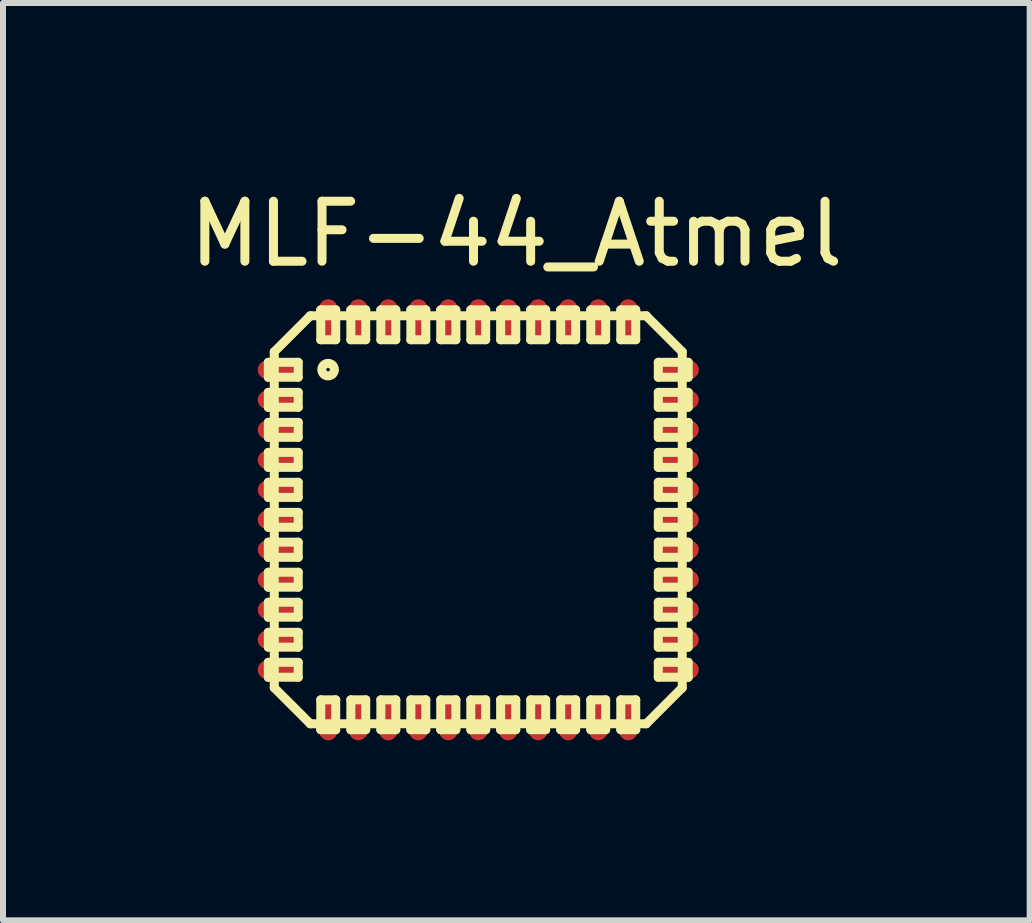
<source format=kicad_pcb>
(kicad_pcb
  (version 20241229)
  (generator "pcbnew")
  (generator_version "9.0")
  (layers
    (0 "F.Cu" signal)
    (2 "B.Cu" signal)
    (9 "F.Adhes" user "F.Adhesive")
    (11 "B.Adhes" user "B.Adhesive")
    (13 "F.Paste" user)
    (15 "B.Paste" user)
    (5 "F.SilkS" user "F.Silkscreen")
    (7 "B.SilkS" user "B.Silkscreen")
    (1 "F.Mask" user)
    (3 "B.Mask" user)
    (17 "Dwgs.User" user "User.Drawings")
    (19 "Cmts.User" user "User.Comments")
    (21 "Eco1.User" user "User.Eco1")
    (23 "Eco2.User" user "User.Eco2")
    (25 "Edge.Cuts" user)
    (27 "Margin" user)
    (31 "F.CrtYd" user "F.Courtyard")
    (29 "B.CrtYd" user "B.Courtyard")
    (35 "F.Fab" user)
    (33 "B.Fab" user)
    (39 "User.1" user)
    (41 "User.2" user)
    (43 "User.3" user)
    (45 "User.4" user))
  (footprint "MLF-44_Atmel"
    (layer "F.Cu")
    (at 4.919 5.611)
    (property "Reference" "MLF-44_Atmel" (at 0.635 -4.763 0) (layer "F.SilkS") (effects (font (size 1 1) (thickness 0.15))))
    (attr smd)
    (fp_line (start -3.498 -2.624) (end -3 -2.624) (stroke (width 0.15) (type solid)) (layer "F.SilkS"))
    (fp_line (start -3.498 -2.375) (end -3.498 -2.624) (stroke (width 0.15) (type solid)) (layer "F.SilkS"))
    (fp_line (start -3.498 -2.375) (end -3 -2.375) (stroke (width 0.15) (type solid)) (layer "F.SilkS"))
    (fp_line (start -3.498 -2.123) (end -3 -2.123) (stroke (width 0.15) (type solid)) (layer "F.SilkS"))
    (fp_line (start -3.498 -1.875) (end -3.498 -2.123) (stroke (width 0.15) (type solid)) (layer "F.SilkS"))
    (fp_line (start -3.498 -1.875) (end -3 -1.875) (stroke (width 0.15) (type solid)) (layer "F.SilkS"))
    (fp_line (start -3.498 -1.623) (end -3 -1.623) (stroke (width 0.15) (type solid)) (layer "F.SilkS"))
    (fp_line (start -3.498 -1.374) (end -3.498 -1.623) (stroke (width 0.15) (type solid)) (layer "F.SilkS"))
    (fp_line (start -3.498 -1.374) (end -3 -1.374) (stroke (width 0.15) (type solid)) (layer "F.SilkS"))
    (fp_line (start -3.498 -1.123) (end -3 -1.123) (stroke (width 0.15) (type solid)) (layer "F.SilkS"))
    (fp_line (start -3.498 -0.874) (end -3.498 -1.123) (stroke (width 0.15) (type solid)) (layer "F.SilkS"))
    (fp_line (start -3.498 -0.874) (end -3 -0.874) (stroke (width 0.15) (type solid)) (layer "F.SilkS"))
    (fp_line (start -3.498 -0.625) (end -3 -0.625) (stroke (width 0.15) (type solid)) (layer "F.SilkS"))
    (fp_line (start -3.498 -0.373) (end -3.498 -0.625) (stroke (width 0.15) (type solid)) (layer "F.SilkS"))
    (fp_line (start -3.498 -0.373) (end -3 -0.373) (stroke (width 0.15) (type solid)) (layer "F.SilkS"))
    (fp_line (start -3.498 -0.124) (end -3 -0.124) (stroke (width 0.15) (type solid)) (layer "F.SilkS"))
    (fp_line (start -3.498 0.124) (end -3.498 -0.124) (stroke (width 0.15) (type solid)) (layer "F.SilkS"))
    (fp_line (start -3.498 0.124) (end -3 0.124) (stroke (width 0.15) (type solid)) (layer "F.SilkS"))
    (fp_line (start -3.498 0.373) (end -3 0.373) (stroke (width 0.15) (type solid)) (layer "F.SilkS"))
    (fp_line (start -3.498 0.625) (end -3.498 0.373) (stroke (width 0.15) (type solid)) (layer "F.SilkS"))
    (fp_line (start -3.498 0.625) (end -3 0.625) (stroke (width 0.15) (type solid)) (layer "F.SilkS"))
    (fp_line (start -3.498 0.874) (end -3 0.874) (stroke (width 0.15) (type solid)) (layer "F.SilkS"))
    (fp_line (start -3.498 1.123) (end -3.498 0.874) (stroke (width 0.15) (type solid)) (layer "F.SilkS"))
    (fp_line (start -3.498 1.123) (end -3 1.123) (stroke (width 0.15) (type solid)) (layer "F.SilkS"))
    (fp_line (start -3.498 1.374) (end -3 1.374) (stroke (width 0.15) (type solid)) (layer "F.SilkS"))
    (fp_line (start -3.498 1.623) (end -3.498 1.374) (stroke (width 0.15) (type solid)) (layer "F.SilkS"))
    (fp_line (start -3.498 1.623) (end -3 1.623) (stroke (width 0.15) (type solid)) (layer "F.SilkS"))
    (fp_line (start -3.498 1.875) (end -3 1.875) (stroke (width 0.15) (type solid)) (layer "F.SilkS"))
    (fp_line (start -3.498 2.123) (end -3.498 1.875) (stroke (width 0.15) (type solid)) (layer "F.SilkS"))
    (fp_line (start -3.498 2.123) (end -3 2.123) (stroke (width 0.15) (type solid)) (layer "F.SilkS"))
    (fp_line (start -3.498 2.375) (end -3 2.375) (stroke (width 0.15) (type solid)) (layer "F.SilkS"))
    (fp_line (start -3.498 2.624) (end -3.498 2.375) (stroke (width 0.15) (type solid)) (layer "F.SilkS"))
    (fp_line (start -3.498 2.624) (end -3 2.624) (stroke (width 0.15) (type solid)) (layer "F.SilkS"))
    (fp_line (start -3.399 -2.799) (end -2.799 -3.399) (stroke (width 0.15) (type solid)) (layer "F.SilkS"))
    (fp_line (start -3.399 2.799) (end -3.399 -2.799) (stroke (width 0.15) (type solid)) (layer "F.SilkS"))
    (fp_line (start -3 -2.375) (end -3 -2.624) (stroke (width 0.15) (type solid)) (layer "F.SilkS"))
    (fp_line (start -3 -1.875) (end -3 -2.123) (stroke (width 0.15) (type solid)) (layer "F.SilkS"))
    (fp_line (start -3 -1.374) (end -3 -1.623) (stroke (width 0.15) (type solid)) (layer "F.SilkS"))
    (fp_line (start -3 -0.874) (end -3 -1.123) (stroke (width 0.15) (type solid)) (layer "F.SilkS"))
    (fp_line (start -3 -0.373) (end -3 -0.625) (stroke (width 0.15) (type solid)) (layer "F.SilkS"))
    (fp_line (start -3 0.124) (end -3 -0.124) (stroke (width 0.15) (type solid)) (layer "F.SilkS"))
    (fp_line (start -3 0.625) (end -3 0.373) (stroke (width 0.15) (type solid)) (layer "F.SilkS"))
    (fp_line (start -3 1.123) (end -3 0.874) (stroke (width 0.15) (type solid)) (layer "F.SilkS"))
    (fp_line (start -3 1.623) (end -3 1.374) (stroke (width 0.15) (type solid)) (layer "F.SilkS"))
    (fp_line (start -3 2.123) (end -3 1.875) (stroke (width 0.15) (type solid)) (layer "F.SilkS"))
    (fp_line (start -3 2.624) (end -3 2.375) (stroke (width 0.15) (type solid)) (layer "F.SilkS"))
    (fp_line (start -2.799 -3.399) (end 2.799 -3.399) (stroke (width 0.15) (type solid)) (layer "F.SilkS"))
    (fp_line (start -2.799 3.399) (end -3.399 2.799) (stroke (width 0.15) (type solid)) (layer "F.SilkS"))
    (fp_line (start -2.624 -3.498) (end -2.375 -3.498) (stroke (width 0.15) (type solid)) (layer "F.SilkS"))
    (fp_line (start -2.624 -3) (end -2.624 -3.498) (stroke (width 0.15) (type solid)) (layer "F.SilkS"))
    (fp_line (start -2.624 -3) (end -2.375 -3) (stroke (width 0.15) (type solid)) (layer "F.SilkS"))
    (fp_line (start -2.624 3) (end -2.375 3) (stroke (width 0.15) (type solid)) (layer "F.SilkS"))
    (fp_line (start -2.624 3.498) (end -2.624 3) (stroke (width 0.15) (type solid)) (layer "F.SilkS"))
    (fp_line (start -2.624 3.498) (end -2.375 3.498) (stroke (width 0.15) (type solid)) (layer "F.SilkS"))
    (fp_line (start -2.375 -3) (end -2.375 -3.498) (stroke (width 0.15) (type solid)) (layer "F.SilkS"))
    (fp_line (start -2.375 3.498) (end -2.375 3) (stroke (width 0.15) (type solid)) (layer "F.SilkS"))
    (fp_line (start -2.123 -3.498) (end -1.875 -3.498) (stroke (width 0.15) (type solid)) (layer "F.SilkS"))
    (fp_line (start -2.123 -3) (end -2.123 -3.498) (stroke (width 0.15) (type solid)) (layer "F.SilkS"))
    (fp_line (start -2.123 -3) (end -1.875 -3) (stroke (width 0.15) (type solid)) (layer "F.SilkS"))
    (fp_line (start -2.123 3) (end -1.875 3) (stroke (width 0.15) (type solid)) (layer "F.SilkS"))
    (fp_line (start -2.123 3.498) (end -2.123 3) (stroke (width 0.15) (type solid)) (layer "F.SilkS"))
    (fp_line (start -2.123 3.498) (end -1.875 3.498) (stroke (width 0.15) (type solid)) (layer "F.SilkS"))
    (fp_line (start -1.875 -3) (end -1.875 -3.498) (stroke (width 0.15) (type solid)) (layer "F.SilkS"))
    (fp_line (start -1.875 3.498) (end -1.875 3) (stroke (width 0.15) (type solid)) (layer "F.SilkS"))
    (fp_line (start -1.623 -3.498) (end -1.374 -3.498) (stroke (width 0.15) (type solid)) (layer "F.SilkS"))
    (fp_line (start -1.623 -3) (end -1.623 -3.498) (stroke (width 0.15) (type solid)) (layer "F.SilkS"))
    (fp_line (start -1.623 -3) (end -1.374 -3) (stroke (width 0.15) (type solid)) (layer "F.SilkS"))
    (fp_line (start -1.623 3) (end -1.374 3) (stroke (width 0.15) (type solid)) (layer "F.SilkS"))
    (fp_line (start -1.623 3.498) (end -1.623 3) (stroke (width 0.15) (type solid)) (layer "F.SilkS"))
    (fp_line (start -1.623 3.498) (end -1.374 3.498) (stroke (width 0.15) (type solid)) (layer "F.SilkS"))
    (fp_line (start -1.374 -3) (end -1.374 -3.498) (stroke (width 0.15) (type solid)) (layer "F.SilkS"))
    (fp_line (start -1.374 3.498) (end -1.374 3) (stroke (width 0.15) (type solid)) (layer "F.SilkS"))
    (fp_line (start -1.123 -3.498) (end -0.874 -3.498) (stroke (width 0.15) (type solid)) (layer "F.SilkS"))
    (fp_line (start -1.123 -3) (end -1.123 -3.498) (stroke (width 0.15) (type solid)) (layer "F.SilkS"))
    (fp_line (start -1.123 -3) (end -0.874 -3) (stroke (width 0.15) (type solid)) (layer "F.SilkS"))
    (fp_line (start -1.123 3) (end -0.874 3) (stroke (width 0.15) (type solid)) (layer "F.SilkS"))
    (fp_line (start -1.123 3.498) (end -1.123 3) (stroke (width 0.15) (type solid)) (layer "F.SilkS"))
    (fp_line (start -1.123 3.498) (end -0.874 3.498) (stroke (width 0.15) (type solid)) (layer "F.SilkS"))
    (fp_line (start -0.874 -3) (end -0.874 -3.498) (stroke (width 0.15) (type solid)) (layer "F.SilkS"))
    (fp_line (start -0.874 3.498) (end -0.874 3) (stroke (width 0.15) (type solid)) (layer "F.SilkS"))
    (fp_line (start -0.625 -3.498) (end -0.373 -3.498) (stroke (width 0.15) (type solid)) (layer "F.SilkS"))
    (fp_line (start -0.625 -3) (end -0.625 -3.498) (stroke (width 0.15) (type solid)) (layer "F.SilkS"))
    (fp_line (start -0.625 -3) (end -0.373 -3) (stroke (width 0.15) (type solid)) (layer "F.SilkS"))
    (fp_line (start -0.625 3) (end -0.373 3) (stroke (width 0.15) (type solid)) (layer "F.SilkS"))
    (fp_line (start -0.625 3.498) (end -0.625 3) (stroke (width 0.15) (type solid)) (layer "F.SilkS"))
    (fp_line (start -0.625 3.498) (end -0.373 3.498) (stroke (width 0.15) (type solid)) (layer "F.SilkS"))
    (fp_line (start -0.373 -3) (end -0.373 -3.498) (stroke (width 0.15) (type solid)) (layer "F.SilkS"))
    (fp_line (start -0.373 3.498) (end -0.373 3) (stroke (width 0.15) (type solid)) (layer "F.SilkS"))
    (fp_line (start -0.124 -3.498) (end 0.124 -3.498) (stroke (width 0.15) (type solid)) (layer "F.SilkS"))
    (fp_line (start -0.124 -3) (end -0.124 -3.498) (stroke (width 0.15) (type solid)) (layer "F.SilkS"))
    (fp_line (start -0.124 -3) (end 0.124 -3) (stroke (width 0.15) (type solid)) (layer "F.SilkS"))
    (fp_line (start -0.124 3) (end 0.124 3) (stroke (width 0.15) (type solid)) (layer "F.SilkS"))
    (fp_line (start -0.124 3.498) (end -0.124 3) (stroke (width 0.15) (type solid)) (layer "F.SilkS"))
    (fp_line (start -0.124 3.498) (end 0.124 3.498) (stroke (width 0.15) (type solid)) (layer "F.SilkS"))
    (fp_line (start 0.124 -3) (end 0.124 -3.498) (stroke (width 0.15) (type solid)) (layer "F.SilkS"))
    (fp_line (start 0.124 3.498) (end 0.124 3) (stroke (width 0.15) (type solid)) (layer "F.SilkS"))
    (fp_line (start 0.373 -3.498) (end 0.625 -3.498) (stroke (width 0.15) (type solid)) (layer "F.SilkS"))
    (fp_line (start 0.373 -3) (end 0.373 -3.498) (stroke (width 0.15) (type solid)) (layer "F.SilkS"))
    (fp_line (start 0.373 -3) (end 0.625 -3) (stroke (width 0.15) (type solid)) (layer "F.SilkS"))
    (fp_line (start 0.373 3) (end 0.625 3) (stroke (width 0.15) (type solid)) (layer "F.SilkS"))
    (fp_line (start 0.373 3.498) (end 0.373 3) (stroke (width 0.15) (type solid)) (layer "F.SilkS"))
    (fp_line (start 0.373 3.498) (end 0.625 3.498) (stroke (width 0.15) (type solid)) (layer "F.SilkS"))
    (fp_line (start 0.625 -3) (end 0.625 -3.498) (stroke (width 0.15) (type solid)) (layer "F.SilkS"))
    (fp_line (start 0.625 3.498) (end 0.625 3) (stroke (width 0.15) (type solid)) (layer "F.SilkS"))
    (fp_line (start 0.874 -3.498) (end 1.123 -3.498) (stroke (width 0.15) (type solid)) (layer "F.SilkS"))
    (fp_line (start 0.874 -3) (end 0.874 -3.498) (stroke (width 0.15) (type solid)) (layer "F.SilkS"))
    (fp_line (start 0.874 -3) (end 1.123 -3) (stroke (width 0.15) (type solid)) (layer "F.SilkS"))
    (fp_line (start 0.874 3) (end 1.123 3) (stroke (width 0.15) (type solid)) (layer "F.SilkS"))
    (fp_line (start 0.874 3.498) (end 0.874 3) (stroke (width 0.15) (type solid)) (layer "F.SilkS"))
    (fp_line (start 0.874 3.498) (end 1.123 3.498) (stroke (width 0.15) (type solid)) (layer "F.SilkS"))
    (fp_line (start 1.123 -3) (end 1.123 -3.498) (stroke (width 0.15) (type solid)) (layer "F.SilkS"))
    (fp_line (start 1.123 3.498) (end 1.123 3) (stroke (width 0.15) (type solid)) (layer "F.SilkS"))
    (fp_line (start 1.374 -3.498) (end 1.623 -3.498) (stroke (width 0.15) (type solid)) (layer "F.SilkS"))
    (fp_line (start 1.374 -3) (end 1.374 -3.498) (stroke (width 0.15) (type solid)) (layer "F.SilkS"))
    (fp_line (start 1.374 -3) (end 1.623 -3) (stroke (width 0.15) (type solid)) (layer "F.SilkS"))
    (fp_line (start 1.374 3) (end 1.623 3) (stroke (width 0.15) (type solid)) (layer "F.SilkS"))
    (fp_line (start 1.374 3.498) (end 1.374 3) (stroke (width 0.15) (type solid)) (layer "F.SilkS"))
    (fp_line (start 1.374 3.498) (end 1.623 3.498) (stroke (width 0.15) (type solid)) (layer "F.SilkS"))
    (fp_line (start 1.623 -3) (end 1.623 -3.498) (stroke (width 0.15) (type solid)) (layer "F.SilkS"))
    (fp_line (start 1.623 3.498) (end 1.623 3) (stroke (width 0.15) (type solid)) (layer "F.SilkS"))
    (fp_line (start 1.875 -3.498) (end 2.123 -3.498) (stroke (width 0.15) (type solid)) (layer "F.SilkS"))
    (fp_line (start 1.875 -3) (end 1.875 -3.498) (stroke (width 0.15) (type solid)) (layer "F.SilkS"))
    (fp_line (start 1.875 -3) (end 2.123 -3) (stroke (width 0.15) (type solid)) (layer "F.SilkS"))
    (fp_line (start 1.875 3) (end 2.123 3) (stroke (width 0.15) (type solid)) (layer "F.SilkS"))
    (fp_line (start 1.875 3.498) (end 1.875 3) (stroke (width 0.15) (type solid)) (layer "F.SilkS"))
    (fp_line (start 1.875 3.498) (end 2.123 3.498) (stroke (width 0.15) (type solid)) (layer "F.SilkS"))
    (fp_line (start 2.123 -3) (end 2.123 -3.498) (stroke (width 0.15) (type solid)) (layer "F.SilkS"))
    (fp_line (start 2.123 3.498) (end 2.123 3) (stroke (width 0.15) (type solid)) (layer "F.SilkS"))
    (fp_line (start 2.375 -3.498) (end 2.624 -3.498) (stroke (width 0.15) (type solid)) (layer "F.SilkS"))
    (fp_line (start 2.375 -3) (end 2.375 -3.498) (stroke (width 0.15) (type solid)) (layer "F.SilkS"))
    (fp_line (start 2.375 -3) (end 2.624 -3) (stroke (width 0.15) (type solid)) (layer "F.SilkS"))
    (fp_line (start 2.375 3) (end 2.624 3) (stroke (width 0.15) (type solid)) (layer "F.SilkS"))
    (fp_line (start 2.375 3.498) (end 2.375 3) (stroke (width 0.15) (type solid)) (layer "F.SilkS"))
    (fp_line (start 2.375 3.498) (end 2.624 3.498) (stroke (width 0.15) (type solid)) (layer "F.SilkS"))
    (fp_line (start 2.624 -3) (end 2.624 -3.498) (stroke (width 0.15) (type solid)) (layer "F.SilkS"))
    (fp_line (start 2.624 3.498) (end 2.624 3) (stroke (width 0.15) (type solid)) (layer "F.SilkS"))
    (fp_line (start 2.799 -3.399) (end 3.399 -2.799) (stroke (width 0.15) (type solid)) (layer "F.SilkS"))
    (fp_line (start 2.799 3.399) (end -2.799 3.399) (stroke (width 0.15) (type solid)) (layer "F.SilkS"))
    (fp_line (start 3 -2.624) (end 3.498 -2.624) (stroke (width 0.15) (type solid)) (layer "F.SilkS"))
    (fp_line (start 3 -2.375) (end 3 -2.624) (stroke (width 0.15) (type solid)) (layer "F.SilkS"))
    (fp_line (start 3 -2.375) (end 3.498 -2.375) (stroke (width 0.15) (type solid)) (layer "F.SilkS"))
    (fp_line (start 3 -2.123) (end 3.498 -2.123) (stroke (width 0.15) (type solid)) (layer "F.SilkS"))
    (fp_line (start 3 -1.875) (end 3 -2.123) (stroke (width 0.15) (type solid)) (layer "F.SilkS"))
    (fp_line (start 3 -1.875) (end 3.498 -1.875) (stroke (width 0.15) (type solid)) (layer "F.SilkS"))
    (fp_line (start 3 -1.623) (end 3.498 -1.623) (stroke (width 0.15) (type solid)) (layer "F.SilkS"))
    (fp_line (start 3 -1.374) (end 3 -1.623) (stroke (width 0.15) (type solid)) (layer "F.SilkS"))
    (fp_line (start 3 -1.374) (end 3.498 -1.374) (stroke (width 0.15) (type solid)) (layer "F.SilkS"))
    (fp_line (start 3 -1.123) (end 3.498 -1.123) (stroke (width 0.15) (type solid)) (layer "F.SilkS"))
    (fp_line (start 3 -0.874) (end 3 -1.123) (stroke (width 0.15) (type solid)) (layer "F.SilkS"))
    (fp_line (start 3 -0.874) (end 3.498 -0.874) (stroke (width 0.15) (type solid)) (layer "F.SilkS"))
    (fp_line (start 3 -0.625) (end 3.498 -0.625) (stroke (width 0.15) (type solid)) (layer "F.SilkS"))
    (fp_line (start 3 -0.373) (end 3 -0.625) (stroke (width 0.15) (type solid)) (layer "F.SilkS"))
    (fp_line (start 3 -0.373) (end 3.498 -0.373) (stroke (width 0.15) (type solid)) (layer "F.SilkS"))
    (fp_line (start 3 -0.124) (end 3.498 -0.124) (stroke (width 0.15) (type solid)) (layer "F.SilkS"))
    (fp_line (start 3 0.124) (end 3 -0.124) (stroke (width 0.15) (type solid)) (layer "F.SilkS"))
    (fp_line (start 3 0.124) (end 3.498 0.124) (stroke (width 0.15) (type solid)) (layer "F.SilkS"))
    (fp_line (start 3 0.373) (end 3.498 0.373) (stroke (width 0.15) (type solid)) (layer "F.SilkS"))
    (fp_line (start 3 0.625) (end 3 0.373) (stroke (width 0.15) (type solid)) (layer "F.SilkS"))
    (fp_line (start 3 0.625) (end 3.498 0.625) (stroke (width 0.15) (type solid)) (layer "F.SilkS"))
    (fp_line (start 3 0.874) (end 3.498 0.874) (stroke (width 0.15) (type solid)) (layer "F.SilkS"))
    (fp_line (start 3 1.123) (end 3 0.874) (stroke (width 0.15) (type solid)) (layer "F.SilkS"))
    (fp_line (start 3 1.123) (end 3.498 1.123) (stroke (width 0.15) (type solid)) (layer "F.SilkS"))
    (fp_line (start 3 1.374) (end 3.498 1.374) (stroke (width 0.15) (type solid)) (layer "F.SilkS"))
    (fp_line (start 3 1.623) (end 3 1.374) (stroke (width 0.15) (type solid)) (layer "F.SilkS"))
    (fp_line (start 3 1.623) (end 3.498 1.623) (stroke (width 0.15) (type solid)) (layer "F.SilkS"))
    (fp_line (start 3 1.875) (end 3.498 1.875) (stroke (width 0.15) (type solid)) (layer "F.SilkS"))
    (fp_line (start 3 2.123) (end 3 1.875) (stroke (width 0.15) (type solid)) (layer "F.SilkS"))
    (fp_line (start 3 2.123) (end 3.498 2.123) (stroke (width 0.15) (type solid)) (layer "F.SilkS"))
    (fp_line (start 3 2.375) (end 3.498 2.375) (stroke (width 0.15) (type solid)) (layer "F.SilkS"))
    (fp_line (start 3 2.624) (end 3 2.375) (stroke (width 0.15) (type solid)) (layer "F.SilkS"))
    (fp_line (start 3 2.624) (end 3.498 2.624) (stroke (width 0.15) (type solid)) (layer "F.SilkS"))
    (fp_line (start 3.399 -2.799) (end 3.399 2.799) (stroke (width 0.15) (type solid)) (layer "F.SilkS"))
    (fp_line (start 3.399 2.799) (end 2.799 3.399) (stroke (width 0.15) (type solid)) (layer "F.SilkS"))
    (fp_line (start 3.498 -2.375) (end 3.498 -2.624) (stroke (width 0.15) (type solid)) (layer "F.SilkS"))
    (fp_line (start 3.498 -1.875) (end 3.498 -2.123) (stroke (width 0.15) (type solid)) (layer "F.SilkS"))
    (fp_line (start 3.498 -1.374) (end 3.498 -1.623) (stroke (width 0.15) (type solid)) (layer "F.SilkS"))
    (fp_line (start 3.498 -0.874) (end 3.498 -1.123) (stroke (width 0.15) (type solid)) (layer "F.SilkS"))
    (fp_line (start 3.498 -0.373) (end 3.498 -0.625) (stroke (width 0.15) (type solid)) (layer "F.SilkS"))
    (fp_line (start 3.498 0.124) (end 3.498 -0.124) (stroke (width 0.15) (type solid)) (layer "F.SilkS"))
    (fp_line (start 3.498 0.625) (end 3.498 0.373) (stroke (width 0.15) (type solid)) (layer "F.SilkS"))
    (fp_line (start 3.498 1.123) (end 3.498 0.874) (stroke (width 0.15) (type solid)) (layer "F.SilkS"))
    (fp_line (start 3.498 1.623) (end 3.498 1.374) (stroke (width 0.15) (type solid)) (layer "F.SilkS"))
    (fp_line (start 3.498 2.123) (end 3.498 1.875) (stroke (width 0.15) (type solid)) (layer "F.SilkS"))
    (fp_line (start 3.498 2.624) (end 3.498 2.375) (stroke (width 0.15) (type solid)) (layer "F.SilkS"))
    (fp_circle (center -2.502 -2.502) (end -2.576 -2.576) (stroke (width 0.15) (type solid)) (fill no) (layer "F.SilkS"))
    (pad "1" smd oval (at -3.325 -2.499) (size 0.699 0.3) (layers "F.Cu" "F.Mask" "F.Paste"))
    (pad "2" smd oval (at -3.325 -1.999) (size 0.699 0.3) (layers "F.Cu" "F.Mask" "F.Paste"))
    (pad "3" smd oval (at -3.325 -1.499) (size 0.699 0.3) (layers "F.Cu" "F.Mask" "F.Paste"))
    (pad "4" smd oval (at -3.325 -0.998) (size 0.699 0.3) (layers "F.Cu" "F.Mask" "F.Paste"))
    (pad "5" smd oval (at -3.325 -0.498) (size 0.699 0.3) (layers "F.Cu" "F.Mask" "F.Paste"))
    (pad "6" smd oval (at -3.325 0) (size 0.699 0.3) (layers "F.Cu" "F.Mask" "F.Paste"))
    (pad "7" smd oval (at -3.325 0.498) (size 0.699 0.3) (layers "F.Cu" "F.Mask" "F.Paste"))
    (pad "8" smd oval (at -3.325 0.998) (size 0.699 0.3) (layers "F.Cu" "F.Mask" "F.Paste"))
    (pad "9" smd oval (at -3.325 1.499) (size 0.699 0.3) (layers "F.Cu" "F.Mask" "F.Paste"))
    (pad "10" smd oval (at -3.325 1.999) (size 0.699 0.3) (layers "F.Cu" "F.Mask" "F.Paste"))
    (pad "11" smd oval (at -3.325 2.499) (size 0.699 0.3) (layers "F.Cu" "F.Mask" "F.Paste"))
    (pad "12" smd oval (at -2.499 3.325) (size 0.3 0.699) (layers "F.Cu" "F.Mask" "F.Paste"))
    (pad "13" smd oval (at -1.999 3.325) (size 0.3 0.699) (layers "F.Cu" "F.Mask" "F.Paste"))
    (pad "14" smd oval (at -1.499 3.325) (size 0.3 0.699) (layers "F.Cu" "F.Mask" "F.Paste"))
    (pad "15" smd oval (at -0.998 3.325) (size 0.3 0.699) (layers "F.Cu" "F.Mask" "F.Paste"))
    (pad "16" smd oval (at -0.498 3.325) (size 0.3 0.699) (layers "F.Cu" "F.Mask" "F.Paste"))
    (pad "17" smd oval (at 0 3.325) (size 0.3 0.699) (layers "F.Cu" "F.Mask" "F.Paste"))
    (pad "18" smd oval (at 0.498 3.325) (size 0.3 0.699) (layers "F.Cu" "F.Mask" "F.Paste"))
    (pad "19" smd oval (at 0.998 3.325) (size 0.3 0.699) (layers "F.Cu" "F.Mask" "F.Paste"))
    (pad "20" smd oval (at 1.499 3.325) (size 0.3 0.699) (layers "F.Cu" "F.Mask" "F.Paste"))
    (pad "21" smd oval (at 1.999 3.325) (size 0.3 0.699) (layers "F.Cu" "F.Mask" "F.Paste"))
    (pad "22" smd oval (at 2.499 3.325) (size 0.3 0.699) (layers "F.Cu" "F.Mask" "F.Paste"))
    (pad "23" smd oval (at 3.325 2.499) (size 0.699 0.3) (layers "F.Cu" "F.Mask" "F.Paste"))
    (pad "24" smd oval (at 3.325 1.999) (size 0.699 0.3) (layers "F.Cu" "F.Mask" "F.Paste"))
    (pad "25" smd oval (at 3.325 1.499) (size 0.699 0.3) (layers "F.Cu" "F.Mask" "F.Paste"))
    (pad "26" smd oval (at 3.325 0.998) (size 0.699 0.3) (layers "F.Cu" "F.Mask" "F.Paste"))
    (pad "27" smd oval (at 3.325 0.498) (size 0.699 0.3) (layers "F.Cu" "F.Mask" "F.Paste"))
    (pad "28" smd oval (at 3.325 0) (size 0.699 0.3) (layers "F.Cu" "F.Mask" "F.Paste"))
    (pad "29" smd oval (at 3.325 -0.498) (size 0.699 0.3) (layers "F.Cu" "F.Mask" "F.Paste"))
    (pad "30" smd oval (at 3.325 -0.998) (size 0.699 0.3) (layers "F.Cu" "F.Mask" "F.Paste"))
    (pad "31" smd oval (at 3.325 -1.499) (size 0.699 0.3) (layers "F.Cu" "F.Mask" "F.Paste"))
    (pad "32" smd oval (at 3.325 -1.999) (size 0.699 0.3) (layers "F.Cu" "F.Mask" "F.Paste"))
    (pad "33" smd oval (at 3.325 -2.499) (size 0.699 0.3) (layers "F.Cu" "F.Mask" "F.Paste"))
    (pad "34" smd oval (at 2.499 -3.325) (size 0.3 0.699) (layers "F.Cu" "F.Mask" "F.Paste"))
    (pad "35" smd oval (at 1.999 -3.325) (size 0.3 0.699) (layers "F.Cu" "F.Mask" "F.Paste"))
    (pad "36" smd oval (at 1.499 -3.325) (size 0.3 0.699) (layers "F.Cu" "F.Mask" "F.Paste"))
    (pad "37" smd oval (at 0.998 -3.325) (size 0.3 0.699) (layers "F.Cu" "F.Mask" "F.Paste"))
    (pad "38" smd oval (at 0.498 -3.325) (size 0.3 0.699) (layers "F.Cu" "F.Mask" "F.Paste"))
    (pad "39" smd oval (at 0 -3.325) (size 0.3 0.699) (layers "F.Cu" "F.Mask" "F.Paste"))
    (pad "40" smd oval (at -0.498 -3.325) (size 0.3 0.699) (layers "F.Cu" "F.Mask" "F.Paste"))
    (pad "41" smd oval (at -0.998 -3.325) (size 0.3 0.699) (layers "F.Cu" "F.Mask" "F.Paste"))
    (pad "42" smd oval (at -1.499 -3.325) (size 0.3 0.699) (layers "F.Cu" "F.Mask" "F.Paste"))
    (pad "43" smd oval (at -1.999 -3.325) (size 0.3 0.699) (layers "F.Cu" "F.Mask" "F.Paste"))
    (pad "44" smd oval (at -2.499 -3.325) (size 0.3 0.699) (layers "F.Cu" "F.Mask" "F.Paste")))
  (gr_rect
    (start -3 -3)
    (end 14.107 12.285)
    (stroke (width 0.1) (type default))
    (fill no)
    (layer "Edge.Cuts")))
</source>
